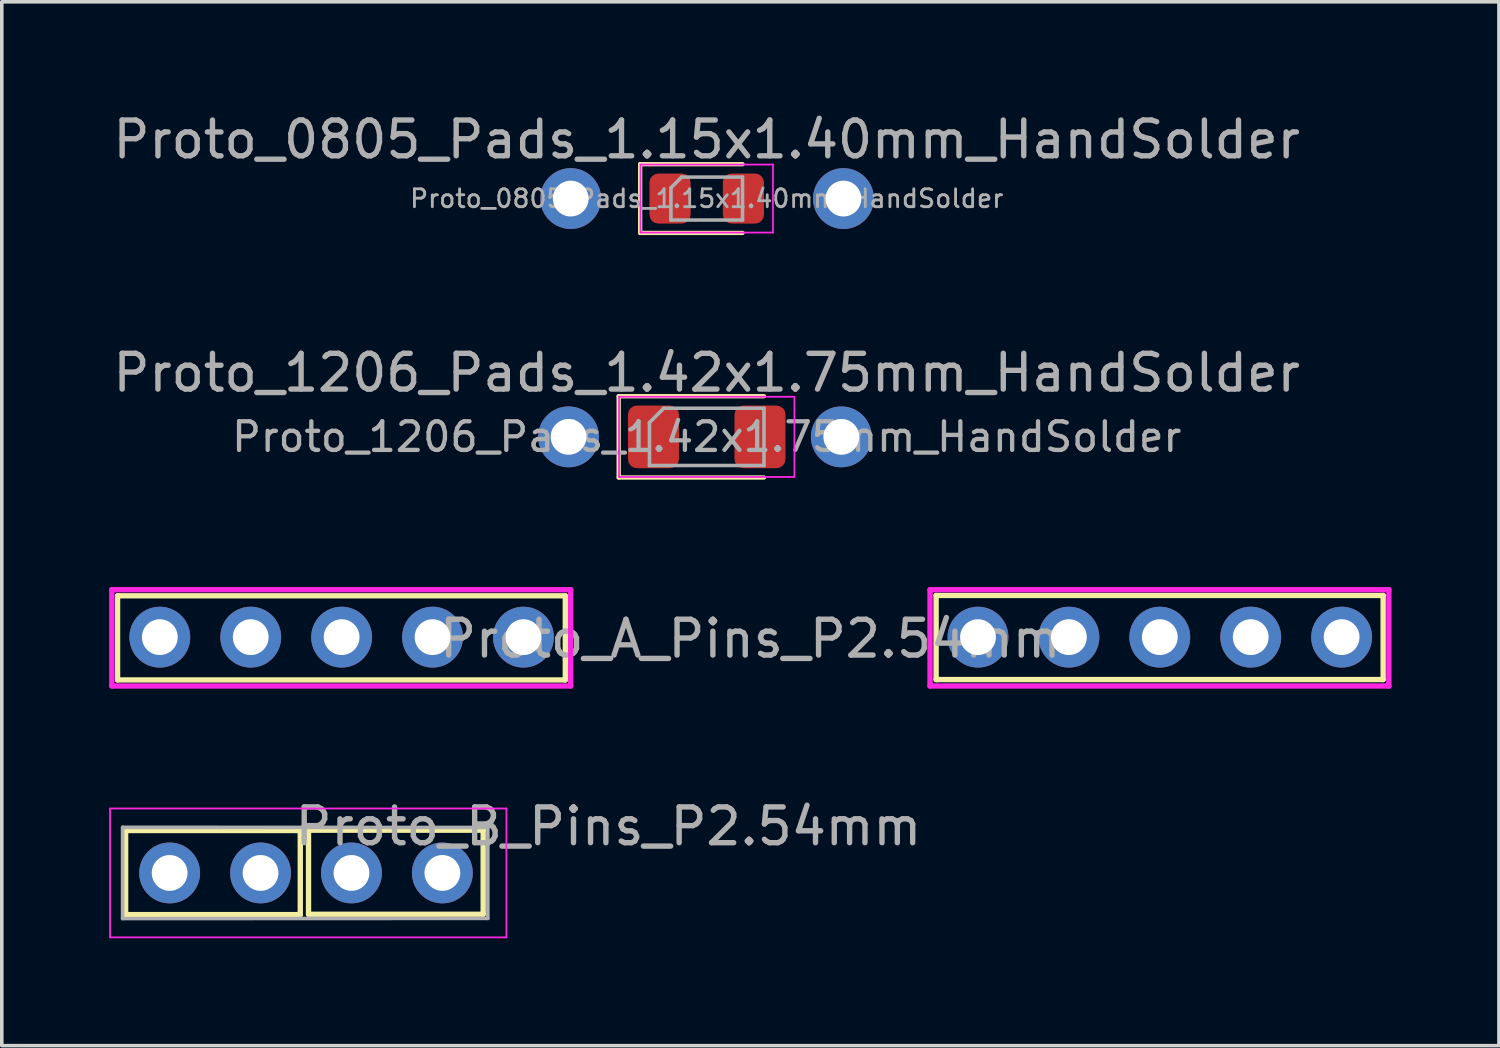
<source format=kicad_pcb>
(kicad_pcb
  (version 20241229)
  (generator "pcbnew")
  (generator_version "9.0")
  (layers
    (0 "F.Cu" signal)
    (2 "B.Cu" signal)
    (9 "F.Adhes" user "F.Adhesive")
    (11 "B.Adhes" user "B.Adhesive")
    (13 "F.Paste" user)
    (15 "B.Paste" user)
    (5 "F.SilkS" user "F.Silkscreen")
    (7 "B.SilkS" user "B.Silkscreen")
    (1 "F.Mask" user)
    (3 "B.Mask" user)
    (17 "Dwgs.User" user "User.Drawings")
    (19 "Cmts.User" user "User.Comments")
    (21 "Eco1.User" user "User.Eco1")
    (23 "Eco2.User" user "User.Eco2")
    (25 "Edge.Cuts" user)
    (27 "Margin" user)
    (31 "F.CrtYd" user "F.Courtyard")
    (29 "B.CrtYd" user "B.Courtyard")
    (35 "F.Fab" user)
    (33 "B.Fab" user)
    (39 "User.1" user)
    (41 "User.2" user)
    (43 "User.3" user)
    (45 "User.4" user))
  (footprint "Proto_0805_Pads_1.15x1.40mm_HandSolder"
    (layer "F.Cu")
    (at 16.696 2.498)
    (property "Reference" "Proto_0805_Pads_1.15x1.40mm_HandSolder" (at 0 -1.65 0) (layer "F.Fab") (effects (font (size 1 1) (thickness 0.15))))
    (attr smd)
    (fp_line (start -1.86 -0.96) (end -1.86 0.96) (stroke (width 0.12) (type solid)) (layer "F.SilkS"))
    (fp_line (start -1.86 0.96) (end 1 0.96) (stroke (width 0.12) (type solid)) (layer "F.SilkS"))
    (fp_line (start 1 -0.96) (end -1.86 -0.96) (stroke (width 0.12) (type solid)) (layer "F.SilkS"))
    (fp_line (start -1.85 -0.95) (end 1.85 -0.95) (stroke (width 0.05) (type solid)) (layer "F.CrtYd"))
    (fp_line (start -1.85 0.95) (end -1.85 -0.95) (stroke (width 0.05) (type solid)) (layer "F.CrtYd"))
    (fp_line (start 1.85 -0.95) (end 1.85 0.95) (stroke (width 0.05) (type solid)) (layer "F.CrtYd"))
    (fp_line (start 1.85 0.95) (end -1.85 0.95) (stroke (width 0.05) (type solid)) (layer "F.CrtYd"))
    (fp_line (start -1 -0.3) (end -1 0.6) (stroke (width 0.1) (type solid)) (layer "F.Fab"))
    (fp_line (start -1 0.6) (end 1 0.6) (stroke (width 0.1) (type solid)) (layer "F.Fab"))
    (fp_line (start -0.7 -0.6) (end -1 -0.3) (stroke (width 0.1) (type solid)) (layer "F.Fab"))
    (fp_line (start 1 -0.6) (end -0.7 -0.6) (stroke (width 0.1) (type solid)) (layer "F.Fab"))
    (fp_line (start 1 0.6) (end 1 -0.6) (stroke (width 0.1) (type solid)) (layer "F.Fab"))
    (fp_text user "${REFERENCE}" (at 0 0 0) (layer "F.Fab") (effects (font (size 0.5 0.5) (thickness 0.08))))
    (pad "1" thru_hole circle (at -3.8 0) (size 1.7 1.7) (drill 1) (layers "*.Cu" "*.Mask"))
    (pad "1" smd roundrect (at -1.025 0) (size 1.15 1.4) (layers "F.Cu" "F.Mask" "F.Paste") (roundrect_rratio 0.217))
    (pad "2" smd roundrect (at 1.025 0) (size 1.15 1.4) (layers "F.Cu" "F.Mask" "F.Paste") (roundrect_rratio 0.217))
    (pad "2" thru_hole circle (at 3.82 0) (size 1.7 1.7) (drill 1) (layers "*.Cu" "*.Mask")))
  (footprint "Proto_A_Pins_P2.54mm"
    (layer "F.Cu")
    (at 16.625 14.757)
    (property "Reference" "Proto_A_Pins_P2.54mm" (at 1.29 0.04 180) (layer "F.Fab") (effects (font (size 1 1) (thickness 0.15))))
    (attr through_hole)
    (fp_line (start -16.39 -1.16) (end -16.39 1.19) (stroke (width 0.15) (type solid)) (layer "F.SilkS"))
    (fp_line (start -16.39 -1.16) (end -3.88 -1.16) (stroke (width 0.15) (type solid)) (layer "F.SilkS"))
    (fp_line (start -3.88 -1.16) (end -3.88 1.19) (stroke (width 0.15) (type solid)) (layer "F.SilkS"))
    (fp_line (start -3.88 1.19) (end -16.39 1.19) (stroke (width 0.15) (type solid)) (layer "F.SilkS"))
    (fp_line (start 6.48 -1.17) (end 6.48 1.18) (stroke (width 0.15) (type solid)) (layer "F.SilkS"))
    (fp_line (start 6.48 -1.17) (end 18.97 -1.17) (stroke (width 0.15) (type solid)) (layer "F.SilkS"))
    (fp_line (start 6.48 1.18) (end 6.52 1.18) (stroke (width 0.15) (type solid)) (layer "F.SilkS"))
    (fp_line (start 18.97 -1.17) (end 18.97 1.18) (stroke (width 0.15) (type solid)) (layer "F.SilkS"))
    (fp_line (start 18.97 1.18) (end 6.52 1.18) (stroke (width 0.15) (type solid)) (layer "F.SilkS"))
    (fp_line (start -16.55 -1.33) (end -3.73 -1.33) (stroke (width 0.15) (type solid)) (layer "F.CrtYd"))
    (fp_line (start -16.55 1.36) (end -16.55 -1.33) (stroke (width 0.15) (type solid)) (layer "F.CrtYd"))
    (fp_line (start -3.73 -1.33) (end -3.73 1.36) (stroke (width 0.15) (type solid)) (layer "F.CrtYd"))
    (fp_line (start -3.73 1.36) (end -16.55 1.36) (stroke (width 0.15) (type solid)) (layer "F.CrtYd"))
    (fp_line (start 6.31 -1.33) (end 19.13 -1.33) (stroke (width 0.15) (type solid)) (layer "F.CrtYd"))
    (fp_line (start 6.31 1.36) (end 6.31 -1.33) (stroke (width 0.15) (type solid)) (layer "F.CrtYd"))
    (fp_line (start 19.13 -1.33) (end 19.13 1.36) (stroke (width 0.15) (type solid)) (layer "F.CrtYd"))
    (fp_line (start 19.13 1.36) (end 6.31 1.36) (stroke (width 0.15) (type solid)) (layer "F.CrtYd"))
    (pad "1" thru_hole oval (at -15.21 -0.005 90) (size 1.7 1.7) (drill 1) (layers "*.Cu" "*.Mask"))
    (pad "1" thru_hole oval (at -12.67 -0.005 90) (size 1.7 1.7) (drill 1) (layers "*.Cu" "*.Mask"))
    (pad "1" thru_hole oval (at -10.13 -0.005 90) (size 1.7 1.7) (drill 1) (layers "*.Cu" "*.Mask"))
    (pad "1" thru_hole oval (at -7.59 -0.005 90) (size 1.7 1.7) (drill 1) (layers "*.Cu" "*.Mask"))
    (pad "1" thru_hole oval (at -5.05 -0.005 90) (size 1.7 1.7) (drill 1) (layers "*.Cu" "*.Mask"))
    (pad "2" thru_hole oval (at 7.65 -0.005 90) (size 1.7 1.7) (drill 1) (layers "*.Cu" "*.Mask"))
    (pad "2" thru_hole oval (at 10.19 -0.005 90) (size 1.7 1.7) (drill 1) (layers "*.Cu" "*.Mask"))
    (pad "2" thru_hole oval (at 12.73 -0.005 90) (size 1.7 1.7) (drill 1) (layers "*.Cu" "*.Mask"))
    (pad "2" thru_hole oval (at 15.27 -0.005 90) (size 1.7 1.7) (drill 1) (layers "*.Cu" "*.Mask"))
    (pad "2" thru_hole oval (at 17.81 -0.005 90) (size 1.7 1.7) (drill 1) (layers "*.Cu" "*.Mask")))
  (footprint "Proto_B_Pins_P2.54mm"
    (layer "F.Cu")
    (at 5.5 21.34)
    (property "Reference" "Proto_B_Pins_P2.54mm" (at 8.45 -1.3 0) (layer "F.Fab") (effects (font (size 1 1) (thickness 0.15))))
    (attr through_hole)
    (fp_line (start -5.04 -1.185) (end -5.04 1.165) (stroke (width 0.15) (type solid)) (layer "F.SilkS"))
    (fp_line (start -5.04 -1.185) (end -0.16 -1.185) (stroke (width 0.15) (type solid)) (layer "F.SilkS"))
    (fp_line (start -0.16 -1.185) (end -0.16 1.165) (stroke (width 0.15) (type solid)) (layer "F.SilkS"))
    (fp_line (start -0.16 1.165) (end -5.04 1.165) (stroke (width 0.15) (type solid)) (layer "F.SilkS"))
    (fp_line (start 0.07 -1.195) (end 0.07 1.155) (stroke (width 0.15) (type solid)) (layer "F.SilkS"))
    (fp_line (start 0.07 -1.195) (end 4.95 -1.195) (stroke (width 0.15) (type solid)) (layer "F.SilkS"))
    (fp_line (start 4.95 -1.195) (end 4.95 1.155) (stroke (width 0.15) (type solid)) (layer "F.SilkS"))
    (fp_line (start 4.95 1.155) (end 0.07 1.155) (stroke (width 0.15) (type solid)) (layer "F.SilkS"))
    (fp_line (start -5.475 -1.8) (end -5.475 1.8) (stroke (width 0.05) (type solid)) (layer "F.CrtYd"))
    (fp_line (start -5.475 1.8) (end 5.6 1.8) (stroke (width 0.05) (type solid)) (layer "F.CrtYd"))
    (fp_line (start 5.6 -1.8) (end -5.475 -1.8) (stroke (width 0.05) (type solid)) (layer "F.CrtYd"))
    (fp_line (start 5.6 1.8) (end 5.6 -1.8) (stroke (width 0.05) (type solid)) (layer "F.CrtYd"))
    (fp_line (start -5.125 -1.275) (end 5.08 -1.27) (stroke (width 0.1) (type solid)) (layer "F.Fab"))
    (fp_line (start -5.125 1.275) (end -5.125 -1.275) (stroke (width 0.1) (type solid)) (layer "F.Fab"))
    (fp_line (start 5.08 -1.27) (end 5.08 1.27) (stroke (width 0.1) (type solid)) (layer "F.Fab"))
    (fp_line (start 5.08 1.27) (end -5.125 1.275) (stroke (width 0.1) (type solid)) (layer "F.Fab"))
    (pad "1" thru_hole oval (at -3.81 0 90) (size 1.7 1.7) (drill 1) (layers "*.Cu" "*.Mask"))
    (pad "1" thru_hole oval (at -1.27 0 90) (size 1.7 1.7) (drill 1) (layers "*.Cu" "*.Mask"))
    (pad "2" thru_hole oval (at 1.27 0 90) (size 1.7 1.7) (drill 1) (layers "*.Cu" "*.Mask"))
    (pad "2" thru_hole oval (at 3.81 0 90) (size 1.7 1.7) (drill 1) (layers "*.Cu" "*.Mask")))
  (footprint "Proto_1206_Pads_1.42x1.75mm_HandSolder"
    (layer "F.Cu")
    (at 16.696 9.156)
    (property "Reference" "Proto_1206_Pads_1.42x1.75mm_HandSolder" (at 0 -1.79 0) (layer "F.Fab") (effects (font (size 1 1) (thickness 0.15))))
    (attr smd)
    (fp_line (start -2.46 -1.135) (end -2.46 1.135) (stroke (width 0.12) (type solid)) (layer "F.SilkS"))
    (fp_line (start -2.46 1.135) (end 1.6 1.135) (stroke (width 0.12) (type solid)) (layer "F.SilkS"))
    (fp_line (start 1.6 -1.135) (end -2.46 -1.135) (stroke (width 0.12) (type solid)) (layer "F.SilkS"))
    (fp_line (start -2.45 -1.12) (end 2.45 -1.12) (stroke (width 0.05) (type solid)) (layer "F.CrtYd"))
    (fp_line (start -2.45 1.12) (end -2.45 -1.12) (stroke (width 0.05) (type solid)) (layer "F.CrtYd"))
    (fp_line (start 2.45 -1.12) (end 2.45 1.12) (stroke (width 0.05) (type solid)) (layer "F.CrtYd"))
    (fp_line (start 2.45 1.12) (end -2.45 1.12) (stroke (width 0.05) (type solid)) (layer "F.CrtYd"))
    (fp_line (start -1.6 -0.4) (end -1.6 0.8) (stroke (width 0.1) (type solid)) (layer "F.Fab"))
    (fp_line (start -1.6 0.8) (end 1.6 0.8) (stroke (width 0.1) (type solid)) (layer "F.Fab"))
    (fp_line (start -1.2 -0.8) (end -1.6 -0.4) (stroke (width 0.1) (type solid)) (layer "F.Fab"))
    (fp_line (start 1.6 -0.8) (end -1.2 -0.8) (stroke (width 0.1) (type solid)) (layer "F.Fab"))
    (fp_line (start 1.6 0.8) (end 1.6 -0.8) (stroke (width 0.1) (type solid)) (layer "F.Fab"))
    (fp_text user "${REFERENCE}" (at 0 0 0) (layer "F.Fab") (effects (font (size 0.8 0.8) (thickness 0.12))))
    (pad "1" thru_hole circle (at -3.86 0) (size 1.7 1.7) (drill 1) (layers "*.Cu" "*.Mask"))
    (pad "1" smd roundrect (at -1.488 0) (size 1.425 1.75) (layers "F.Cu" "F.Mask" "F.Paste") (roundrect_rratio 0.175))
    (pad "2" smd roundrect (at 1.488 0) (size 1.425 1.75) (layers "F.Cu" "F.Mask" "F.Paste") (roundrect_rratio 0.175))
    (pad "2" thru_hole circle (at 3.76 0) (size 1.7 1.7) (drill 1) (layers "*.Cu" "*.Mask")))
  (gr_rect
    (start -3 -3)
    (end 38.83 26.165)
    (stroke (width 0.1) (type default))
    (fill no)
    (layer "Edge.Cuts")))
</source>
